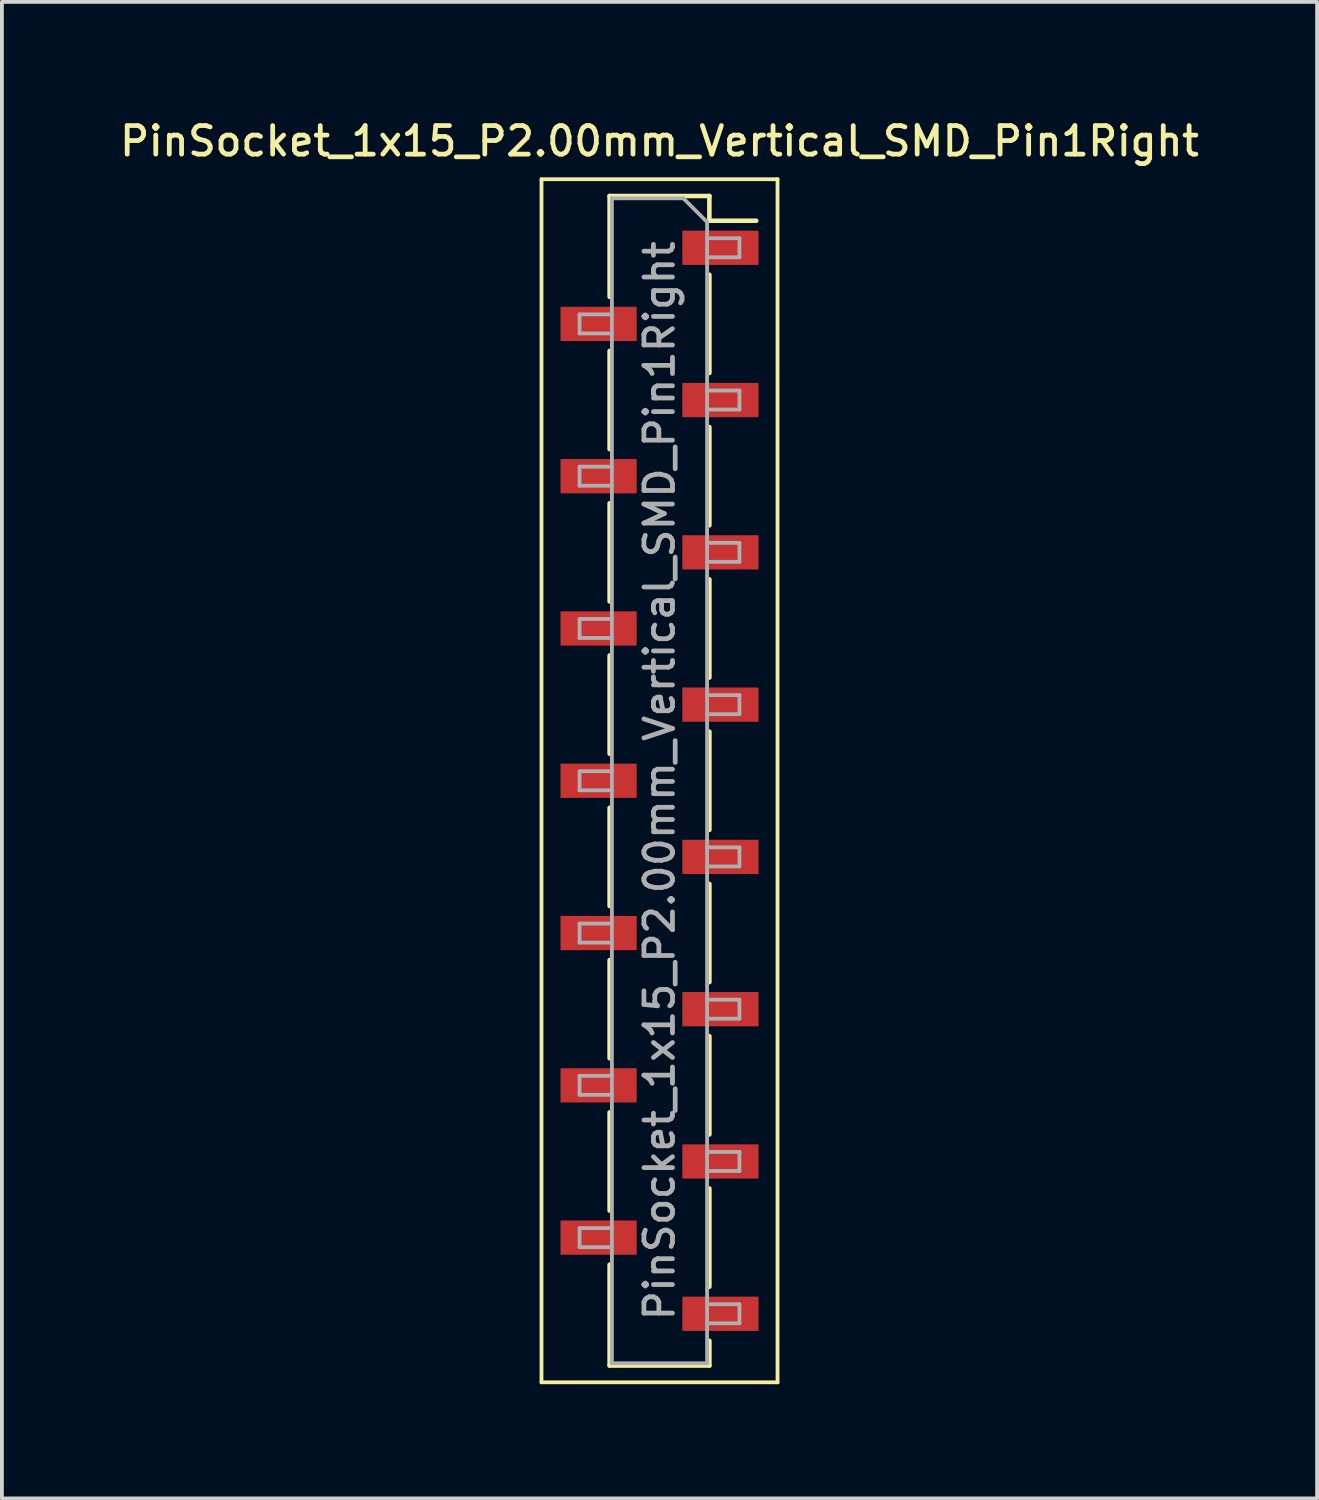
<source format=kicad_pcb>
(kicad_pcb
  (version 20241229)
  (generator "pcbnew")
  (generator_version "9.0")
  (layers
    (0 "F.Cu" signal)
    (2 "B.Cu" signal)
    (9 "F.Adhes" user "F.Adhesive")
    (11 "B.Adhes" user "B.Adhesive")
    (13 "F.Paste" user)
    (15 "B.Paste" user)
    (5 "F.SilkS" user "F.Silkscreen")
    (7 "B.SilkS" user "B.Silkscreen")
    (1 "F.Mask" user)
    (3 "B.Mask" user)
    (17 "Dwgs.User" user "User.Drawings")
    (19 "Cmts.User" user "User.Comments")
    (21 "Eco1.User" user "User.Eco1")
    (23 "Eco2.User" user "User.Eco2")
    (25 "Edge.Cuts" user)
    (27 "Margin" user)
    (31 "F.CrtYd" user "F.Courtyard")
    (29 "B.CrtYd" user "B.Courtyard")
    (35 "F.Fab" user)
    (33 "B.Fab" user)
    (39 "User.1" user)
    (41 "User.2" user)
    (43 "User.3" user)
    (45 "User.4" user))
  (footprint "PinSocket_1x15_P2.00mm_Vertical_SMD_Pin1Right"
    (layer "F.Cu")
    (at 14.273 17.458)
    (property "Reference" "PinSocket_1x15_P2.00mm_Vertical_SMD_Pin1Right" (at 0 -16.8 0) (layer "F.SilkS") (effects (font (size 0.75 0.75) (thickness 0.125))))
    (attr smd)
    (fp_line (start -3.1 -15.8) (end 3.1 -15.8) (stroke (width 0.1) (type solid)) (layer "F.SilkS"))
    (fp_line (start -3.1 15.8) (end -3.1 -15.8) (stroke (width 0.1) (type solid)) (layer "F.SilkS"))
    (fp_line (start -1.31 -15.36) (end -1.31 -12.71) (stroke (width 0.12) (type solid)) (layer "F.SilkS"))
    (fp_line (start -1.31 -15.36) (end 1.31 -15.36) (stroke (width 0.12) (type solid)) (layer "F.SilkS"))
    (fp_line (start -1.31 -11.29) (end -1.31 -8.71) (stroke (width 0.12) (type solid)) (layer "F.SilkS"))
    (fp_line (start -1.31 -7.29) (end -1.31 -4.71) (stroke (width 0.12) (type solid)) (layer "F.SilkS"))
    (fp_line (start -1.31 -3.29) (end -1.31 -0.71) (stroke (width 0.12) (type solid)) (layer "F.SilkS"))
    (fp_line (start -1.31 0.71) (end -1.31 3.29) (stroke (width 0.12) (type solid)) (layer "F.SilkS"))
    (fp_line (start -1.31 4.71) (end -1.31 7.29) (stroke (width 0.12) (type solid)) (layer "F.SilkS"))
    (fp_line (start -1.31 8.71) (end -1.31 11.29) (stroke (width 0.12) (type solid)) (layer "F.SilkS"))
    (fp_line (start -1.31 12.71) (end -1.31 15.36) (stroke (width 0.12) (type solid)) (layer "F.SilkS"))
    (fp_line (start -1.31 15.36) (end 1.31 15.36) (stroke (width 0.12) (type solid)) (layer "F.SilkS"))
    (fp_line (start 1.31 -15.36) (end 1.31 -14.71) (stroke (width 0.12) (type solid)) (layer "F.SilkS"))
    (fp_line (start 1.31 -14.71) (end 2.54 -14.71) (stroke (width 0.12) (type solid)) (layer "F.SilkS"))
    (fp_line (start 1.31 -13.29) (end 1.31 -10.71) (stroke (width 0.12) (type solid)) (layer "F.SilkS"))
    (fp_line (start 1.31 -9.29) (end 1.31 -6.71) (stroke (width 0.12) (type solid)) (layer "F.SilkS"))
    (fp_line (start 1.31 -5.29) (end 1.31 -2.71) (stroke (width 0.12) (type solid)) (layer "F.SilkS"))
    (fp_line (start 1.31 -1.29) (end 1.31 1.29) (stroke (width 0.12) (type solid)) (layer "F.SilkS"))
    (fp_line (start 1.31 2.71) (end 1.31 5.29) (stroke (width 0.12) (type solid)) (layer "F.SilkS"))
    (fp_line (start 1.31 6.71) (end 1.31 9.29) (stroke (width 0.12) (type solid)) (layer "F.SilkS"))
    (fp_line (start 1.31 10.71) (end 1.31 13.29) (stroke (width 0.12) (type solid)) (layer "F.SilkS"))
    (fp_line (start 1.31 14.71) (end 1.31 15.36) (stroke (width 0.12) (type solid)) (layer "F.SilkS"))
    (fp_line (start 3.1 -15.8) (end 3.1 15.8) (stroke (width 0.1) (type solid)) (layer "F.SilkS"))
    (fp_line (start 3.1 15.8) (end -3.1 15.8) (stroke (width 0.1) (type solid)) (layer "F.SilkS"))
    (fp_line (start -2.1 -12.25) (end -1.25 -12.25) (stroke (width 0.1) (type solid)) (layer "F.Fab"))
    (fp_line (start -2.1 -11.75) (end -2.1 -12.25) (stroke (width 0.1) (type solid)) (layer "F.Fab"))
    (fp_line (start -2.1 -8.25) (end -1.25 -8.25) (stroke (width 0.1) (type solid)) (layer "F.Fab"))
    (fp_line (start -2.1 -7.75) (end -2.1 -8.25) (stroke (width 0.1) (type solid)) (layer "F.Fab"))
    (fp_line (start -2.1 -4.25) (end -1.25 -4.25) (stroke (width 0.1) (type solid)) (layer "F.Fab"))
    (fp_line (start -2.1 -3.75) (end -2.1 -4.25) (stroke (width 0.1) (type solid)) (layer "F.Fab"))
    (fp_line (start -2.1 -0.25) (end -1.25 -0.25) (stroke (width 0.1) (type solid)) (layer "F.Fab"))
    (fp_line (start -2.1 0.25) (end -2.1 -0.25) (stroke (width 0.1) (type solid)) (layer "F.Fab"))
    (fp_line (start -2.1 3.75) (end -1.25 3.75) (stroke (width 0.1) (type solid)) (layer "F.Fab"))
    (fp_line (start -2.1 4.25) (end -2.1 3.75) (stroke (width 0.1) (type solid)) (layer "F.Fab"))
    (fp_line (start -2.1 7.75) (end -1.25 7.75) (stroke (width 0.1) (type solid)) (layer "F.Fab"))
    (fp_line (start -2.1 8.25) (end -2.1 7.75) (stroke (width 0.1) (type solid)) (layer "F.Fab"))
    (fp_line (start -2.1 11.75) (end -1.25 11.75) (stroke (width 0.1) (type solid)) (layer "F.Fab"))
    (fp_line (start -2.1 12.25) (end -2.1 11.75) (stroke (width 0.1) (type solid)) (layer "F.Fab"))
    (fp_line (start -1.25 -15.3) (end 0.625 -15.3) (stroke (width 0.1) (type solid)) (layer "F.Fab"))
    (fp_line (start -1.25 -11.75) (end -2.1 -11.75) (stroke (width 0.1) (type solid)) (layer "F.Fab"))
    (fp_line (start -1.25 -7.75) (end -2.1 -7.75) (stroke (width 0.1) (type solid)) (layer "F.Fab"))
    (fp_line (start -1.25 -3.75) (end -2.1 -3.75) (stroke (width 0.1) (type solid)) (layer "F.Fab"))
    (fp_line (start -1.25 0.25) (end -2.1 0.25) (stroke (width 0.1) (type solid)) (layer "F.Fab"))
    (fp_line (start -1.25 4.25) (end -2.1 4.25) (stroke (width 0.1) (type solid)) (layer "F.Fab"))
    (fp_line (start -1.25 8.25) (end -2.1 8.25) (stroke (width 0.1) (type solid)) (layer "F.Fab"))
    (fp_line (start -1.25 12.25) (end -2.1 12.25) (stroke (width 0.1) (type solid)) (layer "F.Fab"))
    (fp_line (start -1.25 15.3) (end -1.25 -15.3) (stroke (width 0.1) (type solid)) (layer "F.Fab"))
    (fp_line (start 0.625 -15.3) (end 1.25 -14.675) (stroke (width 0.1) (type solid)) (layer "F.Fab"))
    (fp_line (start 1.25 -14.675) (end 1.25 15.3) (stroke (width 0.1) (type solid)) (layer "F.Fab"))
    (fp_line (start 1.25 -14.25) (end 2.1 -14.25) (stroke (width 0.1) (type solid)) (layer "F.Fab"))
    (fp_line (start 1.25 -10.25) (end 2.1 -10.25) (stroke (width 0.1) (type solid)) (layer "F.Fab"))
    (fp_line (start 1.25 -6.25) (end 2.1 -6.25) (stroke (width 0.1) (type solid)) (layer "F.Fab"))
    (fp_line (start 1.25 -2.25) (end 2.1 -2.25) (stroke (width 0.1) (type solid)) (layer "F.Fab"))
    (fp_line (start 1.25 1.75) (end 2.1 1.75) (stroke (width 0.1) (type solid)) (layer "F.Fab"))
    (fp_line (start 1.25 5.75) (end 2.1 5.75) (stroke (width 0.1) (type solid)) (layer "F.Fab"))
    (fp_line (start 1.25 9.75) (end 2.1 9.75) (stroke (width 0.1) (type solid)) (layer "F.Fab"))
    (fp_line (start 1.25 13.75) (end 2.1 13.75) (stroke (width 0.1) (type solid)) (layer "F.Fab"))
    (fp_line (start 1.25 15.3) (end -1.25 15.3) (stroke (width 0.1) (type solid)) (layer "F.Fab"))
    (fp_line (start 2.1 -14.25) (end 2.1 -13.75) (stroke (width 0.1) (type solid)) (layer "F.Fab"))
    (fp_line (start 2.1 -13.75) (end 1.25 -13.75) (stroke (width 0.1) (type solid)) (layer "F.Fab"))
    (fp_line (start 2.1 -10.25) (end 2.1 -9.75) (stroke (width 0.1) (type solid)) (layer "F.Fab"))
    (fp_line (start 2.1 -9.75) (end 1.25 -9.75) (stroke (width 0.1) (type solid)) (layer "F.Fab"))
    (fp_line (start 2.1 -6.25) (end 2.1 -5.75) (stroke (width 0.1) (type solid)) (layer "F.Fab"))
    (fp_line (start 2.1 -5.75) (end 1.25 -5.75) (stroke (width 0.1) (type solid)) (layer "F.Fab"))
    (fp_line (start 2.1 -2.25) (end 2.1 -1.75) (stroke (width 0.1) (type solid)) (layer "F.Fab"))
    (fp_line (start 2.1 -1.75) (end 1.25 -1.75) (stroke (width 0.1) (type solid)) (layer "F.Fab"))
    (fp_line (start 2.1 1.75) (end 2.1 2.25) (stroke (width 0.1) (type solid)) (layer "F.Fab"))
    (fp_line (start 2.1 2.25) (end 1.25 2.25) (stroke (width 0.1) (type solid)) (layer "F.Fab"))
    (fp_line (start 2.1 5.75) (end 2.1 6.25) (stroke (width 0.1) (type solid)) (layer "F.Fab"))
    (fp_line (start 2.1 6.25) (end 1.25 6.25) (stroke (width 0.1) (type solid)) (layer "F.Fab"))
    (fp_line (start 2.1 9.75) (end 2.1 10.25) (stroke (width 0.1) (type solid)) (layer "F.Fab"))
    (fp_line (start 2.1 10.25) (end 1.25 10.25) (stroke (width 0.1) (type solid)) (layer "F.Fab"))
    (fp_line (start 2.1 13.75) (end 2.1 14.25) (stroke (width 0.1) (type solid)) (layer "F.Fab"))
    (fp_line (start 2.1 14.25) (end 1.25 14.25) (stroke (width 0.1) (type solid)) (layer "F.Fab"))
    (fp_text user "${REFERENCE}" (at 0 0 90) (layer "F.Fab") (effects (font (size 0.75 0.75) (thickness 0.125))))
    (pad "1" smd rect (at 1.6 -14) (size 2 0.9) (layers "F.Cu" "F.Mask" "F.Paste"))
    (pad "2" smd rect (at -1.6 -12) (size 2 0.9) (layers "F.Cu" "F.Mask" "F.Paste"))
    (pad "3" smd rect (at 1.6 -10) (size 2 0.9) (layers "F.Cu" "F.Mask" "F.Paste"))
    (pad "4" smd rect (at -1.6 -8) (size 2 0.9) (layers "F.Cu" "F.Mask" "F.Paste"))
    (pad "5" smd rect (at 1.6 -6) (size 2 0.9) (layers "F.Cu" "F.Mask" "F.Paste"))
    (pad "6" smd rect (at -1.6 -4) (size 2 0.9) (layers "F.Cu" "F.Mask" "F.Paste"))
    (pad "7" smd rect (at 1.6 -2) (size 2 0.9) (layers "F.Cu" "F.Mask" "F.Paste"))
    (pad "8" smd rect (at -1.6 0) (size 2 0.9) (layers "F.Cu" "F.Mask" "F.Paste"))
    (pad "9" smd rect (at 1.6 2) (size 2 0.9) (layers "F.Cu" "F.Mask" "F.Paste"))
    (pad "10" smd rect (at -1.6 4) (size 2 0.9) (layers "F.Cu" "F.Mask" "F.Paste"))
    (pad "11" smd rect (at 1.6 6) (size 2 0.9) (layers "F.Cu" "F.Mask" "F.Paste"))
    (pad "12" smd rect (at -1.6 8) (size 2 0.9) (layers "F.Cu" "F.Mask" "F.Paste"))
    (pad "13" smd rect (at 1.6 10) (size 2 0.9) (layers "F.Cu" "F.Mask" "F.Paste"))
    (pad "14" smd rect (at -1.6 12) (size 2 0.9) (layers "F.Cu" "F.Mask" "F.Paste"))
    (pad "15" smd rect (at 1.6 14) (size 2 0.9) (layers "F.Cu" "F.Mask" "F.Paste")))
  (gr_rect
    (start -3 -3)
    (end 31.546 36.308)
    (stroke (width 0.1) (type default))
    (fill no)
    (layer "Edge.Cuts")))
</source>
